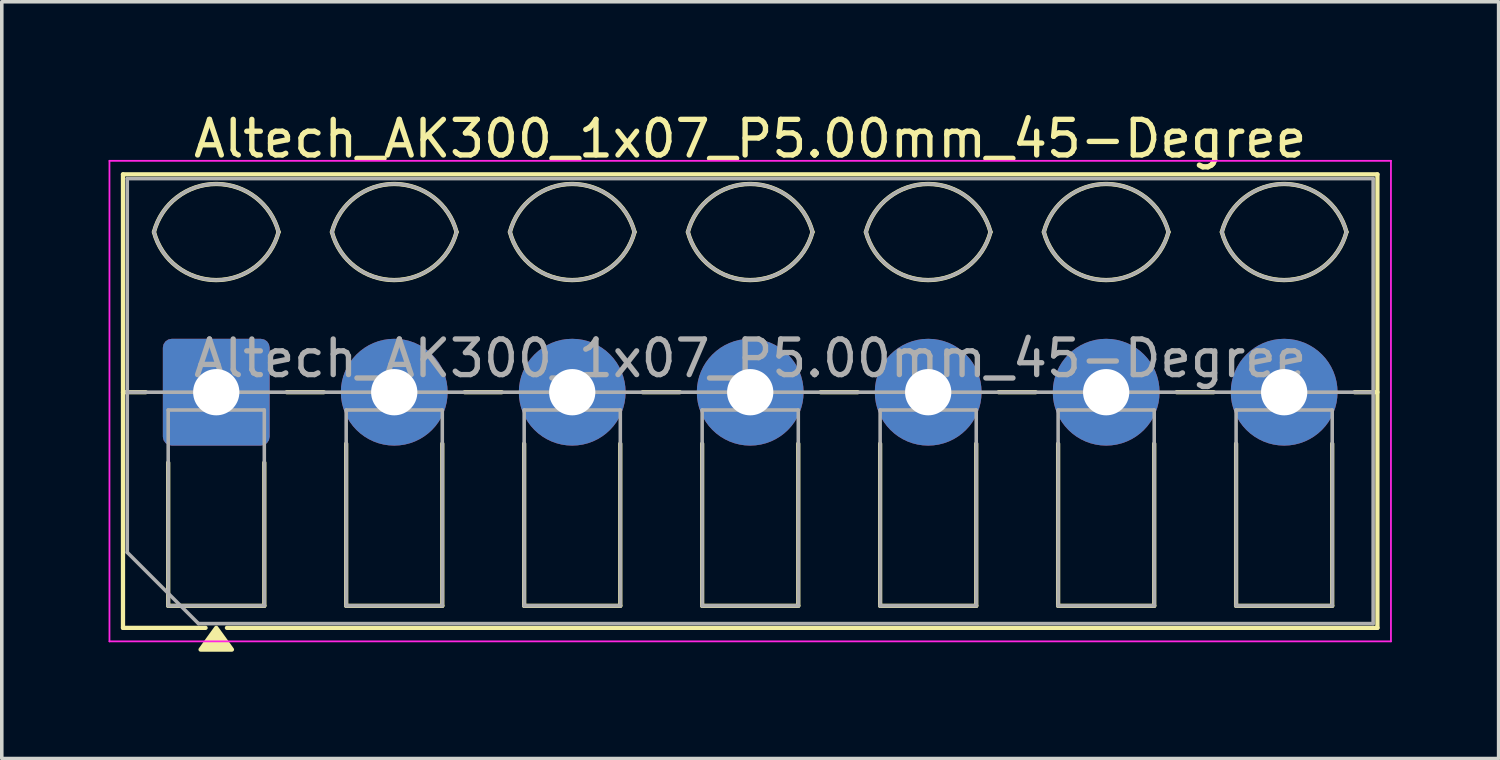
<source format=kicad_pcb>
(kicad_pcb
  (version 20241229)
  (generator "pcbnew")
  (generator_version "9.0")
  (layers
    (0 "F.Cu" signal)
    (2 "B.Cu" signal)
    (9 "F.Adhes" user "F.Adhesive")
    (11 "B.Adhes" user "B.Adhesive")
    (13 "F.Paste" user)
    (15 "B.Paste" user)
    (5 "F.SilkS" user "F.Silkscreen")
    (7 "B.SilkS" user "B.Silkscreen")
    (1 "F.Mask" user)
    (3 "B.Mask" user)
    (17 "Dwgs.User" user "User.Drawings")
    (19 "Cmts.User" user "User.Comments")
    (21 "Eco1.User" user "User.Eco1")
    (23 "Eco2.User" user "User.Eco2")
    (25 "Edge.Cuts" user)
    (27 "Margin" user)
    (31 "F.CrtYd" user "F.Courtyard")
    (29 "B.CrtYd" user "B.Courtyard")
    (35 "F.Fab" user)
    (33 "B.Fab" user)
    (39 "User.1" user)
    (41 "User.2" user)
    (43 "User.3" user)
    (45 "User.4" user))
  (footprint "Altech_AK300_1x07_P5.00mm_45-Degree"
    (layer "F.Cu")
    (at 3.025 7.968)
    (property "Reference" "Altech_AK300_1x07_P5.00mm_45-Degree" (at 15 -7.12 0) (layer "F.SilkS") (effects (font (size 1 1) (thickness 0.15))))
    (attr through_hole)
    (fp_line (start -2.62 -6.12) (end 32.62 -6.12) (stroke (width 0.12) (type solid)) (layer "F.SilkS"))
    (fp_line (start -2.62 0) (end -1.98 0) (stroke (width 0.12) (type solid)) (layer "F.SilkS"))
    (fp_line (start -2.62 6.62) (end -2.62 -6.12) (stroke (width 0.12) (type solid)) (layer "F.SilkS"))
    (fp_line (start -1.35 6) (end -1.35 1.98) (stroke (width 0.12) (type solid)) (layer "F.SilkS"))
    (fp_line (start -0.3 6.62) (end -2.62 6.62) (stroke (width 0.12) (type solid)) (layer "F.SilkS"))
    (fp_line (start 1.35 1.98) (end 1.35 6) (stroke (width 0.12) (type solid)) (layer "F.SilkS"))
    (fp_line (start 1.35 6) (end -1.35 6) (stroke (width 0.12) (type solid)) (layer "F.SilkS"))
    (fp_line (start 1.98 0) (end 3.02 0) (stroke (width 0.12) (type solid)) (layer "F.SilkS"))
    (fp_line (start 3.65 6) (end 3.65 1.448) (stroke (width 0.12) (type solid)) (layer "F.SilkS"))
    (fp_line (start 6.35 1.448) (end 6.35 6) (stroke (width 0.12) (type solid)) (layer "F.SilkS"))
    (fp_line (start 6.35 6) (end 3.65 6) (stroke (width 0.12) (type solid)) (layer "F.SilkS"))
    (fp_line (start 6.98 0) (end 8.02 0) (stroke (width 0.12) (type solid)) (layer "F.SilkS"))
    (fp_line (start 8.65 6) (end 8.65 1.448) (stroke (width 0.12) (type solid)) (layer "F.SilkS"))
    (fp_line (start 11.35 1.448) (end 11.35 6) (stroke (width 0.12) (type solid)) (layer "F.SilkS"))
    (fp_line (start 11.35 6) (end 8.65 6) (stroke (width 0.12) (type solid)) (layer "F.SilkS"))
    (fp_line (start 11.98 0) (end 13.02 0) (stroke (width 0.12) (type solid)) (layer "F.SilkS"))
    (fp_line (start 13.65 6) (end 13.65 1.448) (stroke (width 0.12) (type solid)) (layer "F.SilkS"))
    (fp_line (start 16.35 1.448) (end 16.35 6) (stroke (width 0.12) (type solid)) (layer "F.SilkS"))
    (fp_line (start 16.35 6) (end 13.65 6) (stroke (width 0.12) (type solid)) (layer "F.SilkS"))
    (fp_line (start 16.98 0) (end 18.02 0) (stroke (width 0.12) (type solid)) (layer "F.SilkS"))
    (fp_line (start 18.65 6) (end 18.65 1.448) (stroke (width 0.12) (type solid)) (layer "F.SilkS"))
    (fp_line (start 21.35 1.448) (end 21.35 6) (stroke (width 0.12) (type solid)) (layer "F.SilkS"))
    (fp_line (start 21.35 6) (end 18.65 6) (stroke (width 0.12) (type solid)) (layer "F.SilkS"))
    (fp_line (start 21.98 0) (end 23.02 0) (stroke (width 0.12) (type solid)) (layer "F.SilkS"))
    (fp_line (start 23.65 6) (end 23.65 1.448) (stroke (width 0.12) (type solid)) (layer "F.SilkS"))
    (fp_line (start 26.35 1.448) (end 26.35 6) (stroke (width 0.12) (type solid)) (layer "F.SilkS"))
    (fp_line (start 26.35 6) (end 23.65 6) (stroke (width 0.12) (type solid)) (layer "F.SilkS"))
    (fp_line (start 26.98 0) (end 28.02 0) (stroke (width 0.12) (type solid)) (layer "F.SilkS"))
    (fp_line (start 28.65 6) (end 28.65 1.448) (stroke (width 0.12) (type solid)) (layer "F.SilkS"))
    (fp_line (start 31.35 1.448) (end 31.35 6) (stroke (width 0.12) (type solid)) (layer "F.SilkS"))
    (fp_line (start 31.35 6) (end 28.65 6) (stroke (width 0.12) (type solid)) (layer "F.SilkS"))
    (fp_line (start 31.98 0) (end 32.62 0) (stroke (width 0.12) (type solid)) (layer "F.SilkS"))
    (fp_line (start 32.62 -6.12) (end 32.62 6.62) (stroke (width 0.12) (type solid)) (layer "F.SilkS"))
    (fp_line (start 32.62 6.62) (end 0.3 6.62) (stroke (width 0.12) (type solid)) (layer "F.SilkS"))
    (fp_arc (start -1.75 -4.5) (mid 0 -5.85) (end 1.75 -4.5) (stroke (width 0.12) (type solid)) (layer "F.SilkS"))
    (fp_arc (start 1.75 -4.5) (mid 0 -3.15) (end -1.75 -4.5) (stroke (width 0.12) (type solid)) (layer "F.SilkS"))
    (fp_arc (start 3.25 -4.5) (mid 5 -5.85) (end 6.75 -4.5) (stroke (width 0.12) (type solid)) (layer "F.SilkS"))
    (fp_arc (start 6.75 -4.5) (mid 5 -3.15) (end 3.25 -4.5) (stroke (width 0.12) (type solid)) (layer "F.SilkS"))
    (fp_arc (start 8.25 -4.5) (mid 10 -5.85) (end 11.75 -4.5) (stroke (width 0.12) (type solid)) (layer "F.SilkS"))
    (fp_arc (start 11.75 -4.5) (mid 10 -3.15) (end 8.25 -4.5) (stroke (width 0.12) (type solid)) (layer "F.SilkS"))
    (fp_arc (start 13.25 -4.5) (mid 15 -5.85) (end 16.75 -4.5) (stroke (width 0.12) (type solid)) (layer "F.SilkS"))
    (fp_arc (start 16.75 -4.5) (mid 15 -3.15) (end 13.25 -4.5) (stroke (width 0.12) (type solid)) (layer "F.SilkS"))
    (fp_arc (start 18.25 -4.5) (mid 20 -5.85) (end 21.75 -4.5) (stroke (width 0.12) (type solid)) (layer "F.SilkS"))
    (fp_arc (start 21.75 -4.5) (mid 20 -3.15) (end 18.25 -4.5) (stroke (width 0.12) (type solid)) (layer "F.SilkS"))
    (fp_arc (start 23.25 -4.5) (mid 25 -5.85) (end 26.75 -4.5) (stroke (width 0.12) (type solid)) (layer "F.SilkS"))
    (fp_arc (start 26.75 -4.5) (mid 25 -3.15) (end 23.25 -4.5) (stroke (width 0.12) (type solid)) (layer "F.SilkS"))
    (fp_arc (start 28.25 -4.5) (mid 30 -5.85) (end 31.75 -4.5) (stroke (width 0.12) (type solid)) (layer "F.SilkS"))
    (fp_arc (start 31.75 -4.5) (mid 30 -3.15) (end 28.25 -4.5) (stroke (width 0.12) (type solid)) (layer "F.SilkS"))
    (fp_poly (pts (xy 0 6.62) (xy 0.44 7.23) (xy -0.44 7.23)) (stroke (width 0.12) (type solid)) (fill yes) (layer "F.SilkS"))
    (fp_line (start -3 -6.5) (end -3 7) (stroke (width 0.05) (type solid)) (layer "F.CrtYd"))
    (fp_line (start -3 7) (end 33 7) (stroke (width 0.05) (type solid)) (layer "F.CrtYd"))
    (fp_line (start 33 -6.5) (end -3 -6.5) (stroke (width 0.05) (type solid)) (layer "F.CrtYd"))
    (fp_line (start 33 7) (end 33 -6.5) (stroke (width 0.05) (type solid)) (layer "F.CrtYd"))
    (fp_line (start -2.5 -6) (end 32.5 -6) (stroke (width 0.1) (type solid)) (layer "F.Fab"))
    (fp_line (start -2.5 0) (end 32.5 0) (stroke (width 0.1) (type solid)) (layer "F.Fab"))
    (fp_line (start -2.5 4.5) (end -2.5 -6) (stroke (width 0.1) (type solid)) (layer "F.Fab"))
    (fp_line (start -1.35 0.5) (end -1.35 6) (stroke (width 0.1) (type solid)) (layer "F.Fab"))
    (fp_line (start -1.35 6) (end 1.35 6) (stroke (width 0.1) (type solid)) (layer "F.Fab"))
    (fp_line (start -0.5 6.5) (end -2.5 4.5) (stroke (width 0.1) (type solid)) (layer "F.Fab"))
    (fp_line (start 1.35 0.5) (end -1.35 0.5) (stroke (width 0.1) (type solid)) (layer "F.Fab"))
    (fp_line (start 1.35 6) (end 1.35 0.5) (stroke (width 0.1) (type solid)) (layer "F.Fab"))
    (fp_line (start 3.65 0.5) (end 3.65 6) (stroke (width 0.1) (type solid)) (layer "F.Fab"))
    (fp_line (start 3.65 6) (end 6.35 6) (stroke (width 0.1) (type solid)) (layer "F.Fab"))
    (fp_line (start 6.35 0.5) (end 3.65 0.5) (stroke (width 0.1) (type solid)) (layer "F.Fab"))
    (fp_line (start 6.35 6) (end 6.35 0.5) (stroke (width 0.1) (type solid)) (layer "F.Fab"))
    (fp_line (start 8.65 0.5) (end 8.65 6) (stroke (width 0.1) (type solid)) (layer "F.Fab"))
    (fp_line (start 8.65 6) (end 11.351 6) (stroke (width 0.1) (type solid)) (layer "F.Fab"))
    (fp_line (start 11.351 0.5) (end 8.65 0.5) (stroke (width 0.1) (type solid)) (layer "F.Fab"))
    (fp_line (start 11.351 6) (end 11.351 0.5) (stroke (width 0.1) (type solid)) (layer "F.Fab"))
    (fp_line (start 13.65 0.5) (end 13.65 6) (stroke (width 0.1) (type solid)) (layer "F.Fab"))
    (fp_line (start 13.65 6) (end 16.351 6) (stroke (width 0.1) (type solid)) (layer "F.Fab"))
    (fp_line (start 16.351 0.5) (end 13.65 0.5) (stroke (width 0.1) (type solid)) (layer "F.Fab"))
    (fp_line (start 16.351 6) (end 16.351 0.5) (stroke (width 0.1) (type solid)) (layer "F.Fab"))
    (fp_line (start 18.65 0.5) (end 18.65 6) (stroke (width 0.1) (type solid)) (layer "F.Fab"))
    (fp_line (start 18.65 6) (end 21.35 6) (stroke (width 0.1) (type solid)) (layer "F.Fab"))
    (fp_line (start 21.35 0.5) (end 18.65 0.5) (stroke (width 0.1) (type solid)) (layer "F.Fab"))
    (fp_line (start 21.35 6) (end 21.35 0.5) (stroke (width 0.1) (type solid)) (layer "F.Fab"))
    (fp_line (start 23.65 0.5) (end 23.65 6) (stroke (width 0.1) (type solid)) (layer "F.Fab"))
    (fp_line (start 23.65 6) (end 26.35 6) (stroke (width 0.1) (type solid)) (layer "F.Fab"))
    (fp_line (start 26.35 0.5) (end 23.65 0.5) (stroke (width 0.1) (type solid)) (layer "F.Fab"))
    (fp_line (start 26.35 6) (end 26.35 0.5) (stroke (width 0.1) (type solid)) (layer "F.Fab"))
    (fp_line (start 28.65 0.5) (end 28.65 6) (stroke (width 0.1) (type solid)) (layer "F.Fab"))
    (fp_line (start 28.65 6) (end 31.35 6) (stroke (width 0.1) (type solid)) (layer "F.Fab"))
    (fp_line (start 31.35 0.5) (end 28.65 0.5) (stroke (width 0.1) (type solid)) (layer "F.Fab"))
    (fp_line (start 31.35 6) (end 31.35 0.5) (stroke (width 0.1) (type solid)) (layer "F.Fab"))
    (fp_line (start 32.5 -6) (end 32.5 6.5) (stroke (width 0.1) (type solid)) (layer "F.Fab"))
    (fp_line (start 32.5 6.5) (end -0.5 6.5) (stroke (width 0.1) (type solid)) (layer "F.Fab"))
    (fp_arc (start -1.75 -4.5) (mid 0 -5.85) (end 1.75 -4.5) (stroke (width 0.1) (type solid)) (layer "F.Fab"))
    (fp_arc (start 1.75 -4.5) (mid 0 -3.15) (end -1.75 -4.5) (stroke (width 0.1) (type solid)) (layer "F.Fab"))
    (fp_arc (start 3.25 -4.5) (mid 5 -5.85) (end 6.75 -4.5) (stroke (width 0.1) (type solid)) (layer "F.Fab"))
    (fp_arc (start 6.75 -4.5) (mid 5 -3.15) (end 3.25 -4.5) (stroke (width 0.1) (type solid)) (layer "F.Fab"))
    (fp_arc (start 8.25 -4.5) (mid 10 -5.85) (end 11.75 -4.5) (stroke (width 0.1) (type solid)) (layer "F.Fab"))
    (fp_arc (start 11.75 -4.5) (mid 10 -3.15) (end 8.25 -4.5) (stroke (width 0.1) (type solid)) (layer "F.Fab"))
    (fp_arc (start 13.25 -4.5) (mid 15 -5.85) (end 16.75 -4.5) (stroke (width 0.1) (type solid)) (layer "F.Fab"))
    (fp_arc (start 16.75 -4.5) (mid 15 -3.15) (end 13.25 -4.5) (stroke (width 0.1) (type solid)) (layer "F.Fab"))
    (fp_arc (start 18.25 -4.5) (mid 20 -5.85) (end 21.75 -4.5) (stroke (width 0.1) (type solid)) (layer "F.Fab"))
    (fp_arc (start 21.75 -4.5) (mid 20 -3.15) (end 18.25 -4.5) (stroke (width 0.1) (type solid)) (layer "F.Fab"))
    (fp_arc (start 23.25 -4.5) (mid 25 -5.85) (end 26.75 -4.5) (stroke (width 0.1) (type solid)) (layer "F.Fab"))
    (fp_arc (start 26.75 -4.5) (mid 25 -3.15) (end 23.25 -4.5) (stroke (width 0.1) (type solid)) (layer "F.Fab"))
    (fp_arc (start 28.25 -4.5) (mid 30 -5.85) (end 31.75 -4.5) (stroke (width 0.1) (type solid)) (layer "F.Fab"))
    (fp_arc (start 31.75 -4.5) (mid 30 -3.15) (end 28.25 -4.5) (stroke (width 0.1) (type solid)) (layer "F.Fab"))
    (fp_text user "${REFERENCE}" (at 15 -0.95 0) (layer "F.Fab") (effects (font (size 1 1) (thickness 0.15))))
    (pad "1" thru_hole roundrect (at 0 0) (size 3 3) (drill 1.3) (layers "*.Cu" "*.Mask") (roundrect_rratio 0.083))
    (pad "2" thru_hole circle (at 5 0) (size 3 3) (drill 1.3) (layers "*.Cu" "*.Mask"))
    (pad "3" thru_hole circle (at 10 0) (size 3 3) (drill 1.3) (layers "*.Cu" "*.Mask"))
    (pad "4" thru_hole circle (at 15 0) (size 3 3) (drill 1.3) (layers "*.Cu" "*.Mask"))
    (pad "5" thru_hole circle (at 20 0) (size 3 3) (drill 1.3) (layers "*.Cu" "*.Mask"))
    (pad "6" thru_hole circle (at 25 0) (size 3 3) (drill 1.3) (layers "*.Cu" "*.Mask"))
    (pad "7" thru_hole circle (at 30 0) (size 3 3) (drill 1.3) (layers "*.Cu" "*.Mask")))
  (gr_rect
    (start -3 -3)
    (end 39.05 18.258)
    (stroke (width 0.1) (type default))
    (fill no)
    (layer "Edge.Cuts")))
</source>
